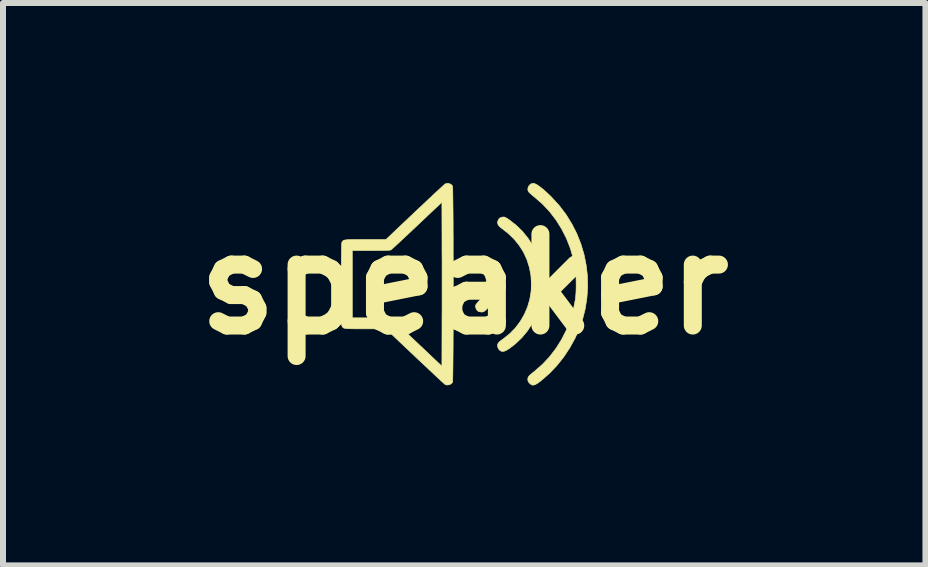
<source format=kicad_pcb>
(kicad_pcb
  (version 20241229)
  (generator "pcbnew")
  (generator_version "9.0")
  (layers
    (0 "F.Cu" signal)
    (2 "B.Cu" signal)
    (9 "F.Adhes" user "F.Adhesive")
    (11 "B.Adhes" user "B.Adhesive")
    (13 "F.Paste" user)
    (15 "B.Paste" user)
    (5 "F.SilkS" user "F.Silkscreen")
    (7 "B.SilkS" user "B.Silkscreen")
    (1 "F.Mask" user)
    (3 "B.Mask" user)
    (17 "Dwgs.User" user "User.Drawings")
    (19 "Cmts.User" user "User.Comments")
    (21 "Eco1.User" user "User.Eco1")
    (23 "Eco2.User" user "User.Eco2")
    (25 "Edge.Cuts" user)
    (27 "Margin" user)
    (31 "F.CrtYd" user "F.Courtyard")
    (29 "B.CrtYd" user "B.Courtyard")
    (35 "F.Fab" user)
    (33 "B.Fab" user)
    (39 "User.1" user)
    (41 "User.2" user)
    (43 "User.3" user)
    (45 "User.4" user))
  (footprint "speaker"
    (layer "F.Cu")
    (at 4.688 1.687)
    (property "Reference" "speaker" (at 0 0 0) (layer "F.SilkS") (effects (font (size 1.524 1.524) (thickness 0.3))))
    (attr through_hole)
    (fp_poly (pts (xy 0.305 -0.464) (xy 0.319 -0.46) (xy 0.334 -0.452) (xy 0.352 -0.437) (xy 0.378 -0.412) (xy 0.398 -0.392) (xy 0.462 -0.318) (xy 0.51 -0.241) (xy 0.542 -0.159) (xy 0.56 -0.071) (xy 0.563 -0.004) (xy 0.561 0.06) (xy 0.553 0.117) (xy 0.536 0.173) (xy 0.511 0.235) (xy 0.506 0.245) (xy 0.485 0.285) (xy 0.464 0.319) (xy 0.437 0.352) (xy 0.4 0.39) (xy 0.398 0.392) (xy 0.367 0.423) (xy 0.345 0.444) (xy 0.328 0.456) (xy 0.314 0.462) (xy 0.298 0.464) (xy 0.287 0.464) (xy 0.246 0.458) (xy 0.225 0.447) (xy 0.202 0.419) (xy 0.19 0.386) (xy 0.191 0.352) (xy 0.193 0.346) (xy 0.203 0.329) (xy 0.223 0.305) (xy 0.248 0.277) (xy 0.257 0.268) (xy 0.309 0.208) (xy 0.345 0.144) (xy 0.368 0.072) (xy 0.37 0.058) (xy 0.375 -0.02) (xy 0.363 -0.095) (xy 0.334 -0.167) (xy 0.289 -0.234) (xy 0.257 -0.268) (xy 0.222 -0.304) (xy 0.2 -0.333) (xy 0.19 -0.358) (xy 0.189 -0.382) (xy 0.193 -0.4) (xy 0.213 -0.435) (xy 0.243 -0.456) (xy 0.285 -0.464) (xy 0.287 -0.464) (xy 0.305 -0.464)) (stroke (width 0.01) (type solid)) (fill yes) (layer "F.SilkS"))
    (fp_poly (pts (xy 0.673 -1.118) (xy 0.692 -1.11) (xy 0.717 -1.095) (xy 0.747 -1.075) (xy 0.863 -0.985) (xy 0.968 -0.883) (xy 1.061 -0.77) (xy 1.14 -0.646) (xy 1.206 -0.513) (xy 1.257 -0.371) (xy 1.289 -0.241) (xy 1.302 -0.155) (xy 1.309 -0.059) (xy 1.309 0.041) (xy 1.304 0.139) (xy 1.292 0.227) (xy 1.289 0.241) (xy 1.252 0.388) (xy 1.199 0.528) (xy 1.132 0.66) (xy 1.052 0.782) (xy 0.958 0.894) (xy 0.853 0.994) (xy 0.749 1.074) (xy 0.703 1.102) (xy 0.666 1.118) (xy 0.635 1.121) (xy 0.608 1.113) (xy 0.593 1.103) (xy 0.572 1.079) (xy 0.559 1.048) (xy 0.555 1.017) (xy 0.557 1.005) (xy 0.564 0.988) (xy 0.576 0.971) (xy 0.596 0.952) (xy 0.626 0.929) (xy 0.657 0.907) (xy 0.762 0.823) (xy 0.855 0.727) (xy 0.935 0.62) (xy 1.002 0.504) (xy 1.055 0.381) (xy 1.093 0.251) (xy 1.115 0.117) (xy 1.121 0) (xy 1.112 -0.141) (xy 1.087 -0.277) (xy 1.046 -0.407) (xy 0.99 -0.53) (xy 0.918 -0.645) (xy 0.831 -0.752) (xy 0.73 -0.849) (xy 0.631 -0.926) (xy 0.59 -0.959) (xy 0.565 -0.99) (xy 0.556 -1.021) (xy 0.559 -1.05) (xy 0.576 -1.086) (xy 0.602 -1.108) (xy 0.639 -1.119) (xy 0.657 -1.12) (xy 0.673 -1.118)) (stroke (width 0.01) (type solid)) (fill yes) (layer "F.SilkS"))
    (fp_poly (pts (xy 1.178 -1.675) (xy 1.217 -1.655) (xy 1.264 -1.622) (xy 1.319 -1.578) (xy 1.381 -1.523) (xy 1.45 -1.457) (xy 1.459 -1.447) (xy 1.586 -1.308) (xy 1.698 -1.16) (xy 1.795 -1.003) (xy 1.878 -0.839) (xy 1.945 -0.67) (xy 1.997 -0.495) (xy 2.033 -0.316) (xy 2.054 -0.135) (xy 2.058 0.048) (xy 2.045 0.232) (xy 2.016 0.415) (xy 1.979 0.562) (xy 1.922 0.733) (xy 1.848 0.9) (xy 1.76 1.06) (xy 1.659 1.213) (xy 1.546 1.355) (xy 1.421 1.486) (xy 1.309 1.585) (xy 1.258 1.626) (xy 1.216 1.656) (xy 1.183 1.674) (xy 1.156 1.682) (xy 1.132 1.681) (xy 1.111 1.67) (xy 1.09 1.652) (xy 1.07 1.629) (xy 1.061 1.606) (xy 1.06 1.587) (xy 1.061 1.57) (xy 1.064 1.555) (xy 1.073 1.539) (xy 1.089 1.522) (xy 1.113 1.5) (xy 1.148 1.471) (xy 1.178 1.447) (xy 1.307 1.333) (xy 1.425 1.207) (xy 1.53 1.07) (xy 1.623 0.922) (xy 1.702 0.766) (xy 1.767 0.603) (xy 1.817 0.434) (xy 1.851 0.261) (xy 1.857 0.215) (xy 1.862 0.156) (xy 1.865 0.085) (xy 1.866 0.007) (xy 1.865 -0.072) (xy 1.862 -0.147) (xy 1.857 -0.214) (xy 1.852 -0.251) (xy 1.818 -0.428) (xy 1.768 -0.6) (xy 1.703 -0.765) (xy 1.623 -0.922) (xy 1.53 -1.071) (xy 1.424 -1.209) (xy 1.305 -1.336) (xy 1.178 -1.447) (xy 1.135 -1.482) (xy 1.104 -1.509) (xy 1.082 -1.53) (xy 1.069 -1.547) (xy 1.063 -1.563) (xy 1.06 -1.58) (xy 1.06 -1.588) (xy 1.068 -1.622) (xy 1.088 -1.652) (xy 1.116 -1.673) (xy 1.149 -1.682) (xy 1.15 -1.682) (xy 1.178 -1.675)) (stroke (width 0.01) (type solid)) (fill yes) (layer "F.SilkS"))
    (fp_poly (pts (xy -0.249 -1.677) (xy -0.217 -1.661) (xy -0.196 -1.637) (xy -0.194 -1.634) (xy -0.193 -1.622) (xy -0.192 -1.594) (xy -0.191 -1.551) (xy -0.19 -1.493) (xy -0.189 -1.422) (xy -0.188 -1.339) (xy -0.187 -1.244) (xy -0.186 -1.14) (xy -0.185 -1.026) (xy -0.185 -0.905) (xy -0.184 -0.777) (xy -0.184 -0.642) (xy -0.184 -0.504) (xy -0.183 -0.361) (xy -0.183 -0.216) (xy -0.183 -0.069) (xy -0.183 0.078) (xy -0.183 0.225) (xy -0.183 0.37) (xy -0.184 0.512) (xy -0.184 0.651) (xy -0.184 0.785) (xy -0.185 0.912) (xy -0.185 1.033) (xy -0.186 1.146) (xy -0.187 1.25) (xy -0.188 1.344) (xy -0.189 1.426) (xy -0.19 1.497) (xy -0.191 1.554) (xy -0.192 1.596) (xy -0.193 1.623) (xy -0.194 1.634) (xy -0.215 1.659) (xy -0.245 1.675) (xy -0.28 1.681) (xy -0.313 1.675) (xy -0.319 1.671) (xy -0.328 1.664) (xy -0.348 1.645) (xy -0.38 1.617) (xy -0.42 1.579) (xy -0.47 1.533) (xy -0.527 1.479) (xy -0.591 1.419) (xy -0.66 1.354) (xy -0.734 1.285) (xy -0.812 1.212) (xy -0.821 1.203) (xy -1.306 0.744) (xy -1.649 0.744) (xy -1.739 0.744) (xy -1.812 0.744) (xy -1.872 0.743) (xy -1.919 0.742) (xy -1.955 0.74) (xy -1.981 0.737) (xy -2.001 0.733) (xy -2.014 0.728) (xy -2.024 0.72) (xy -2.031 0.711) (xy -2.037 0.7) (xy -2.04 0.695) (xy -2.042 0.682) (xy -2.043 0.654) (xy -2.045 0.612) (xy -2.046 0.557) (xy -2.047 0.491) (xy -2.048 0.416) (xy -2.049 0.333) (xy -2.05 0.245) (xy -2.05 0.152) (xy -2.05 0.056) (xy -2.05 -0.04) (xy -2.05 -0.136) (xy -2.05 -0.229) (xy -2.049 -0.319) (xy -2.048 -0.403) (xy -2.047 -0.479) (xy -2.046 -0.547) (xy -2.046 -0.561) (xy -1.866 -0.561) (xy -1.866 0.561) (xy -1.552 0.561) (xy -1.462 0.561) (xy -1.387 0.562) (xy -1.328 0.563) (xy -1.283 0.564) (xy -1.251 0.566) (xy -1.23 0.569) (xy -1.221 0.572) (xy -1.211 0.58) (xy -1.19 0.598) (xy -1.159 0.627) (xy -1.118 0.665) (xy -1.069 0.71) (xy -1.012 0.763) (xy -0.95 0.821) (xy -0.883 0.884) (xy -0.812 0.951) (xy -0.787 0.975) (xy -0.372 1.367) (xy -0.37 0.683) (xy -0.37 0.551) (xy -0.369 0.404) (xy -0.369 0.248) (xy -0.369 0.086) (xy -0.369 -0.078) (xy -0.369 -0.24) (xy -0.369 -0.397) (xy -0.37 -0.543) (xy -0.37 -0.677) (xy -0.37 -0.683) (xy -0.372 -1.367) (xy -0.787 -0.975) (xy -0.859 -0.907) (xy -0.928 -0.842) (xy -0.992 -0.782) (xy -1.05 -0.728) (xy -1.102 -0.679) (xy -1.146 -0.639) (xy -1.181 -0.607) (xy -1.205 -0.585) (xy -1.219 -0.573) (xy -1.221 -0.572) (xy -1.232 -0.569) (xy -1.253 -0.566) (xy -1.286 -0.564) (xy -1.332 -0.563) (xy -1.393 -0.562) (xy -1.468 -0.561) (xy -1.552 -0.561) (xy -1.866 -0.561) (xy -2.046 -0.561) (xy -2.045 -0.603) (xy -2.044 -0.648) (xy -2.042 -0.679) (xy -2.04 -0.694) (xy -2.04 -0.695) (xy -2.033 -0.707) (xy -2.027 -0.717) (xy -2.019 -0.725) (xy -2.007 -0.731) (xy -1.991 -0.736) (xy -1.967 -0.739) (xy -1.936 -0.742) (xy -1.894 -0.743) (xy -1.84 -0.744) (xy -1.773 -0.744) (xy -1.69 -0.744) (xy -1.649 -0.744) (xy -1.305 -0.744) (xy -0.82 -1.204) (xy -0.742 -1.277) (xy -0.668 -1.347) (xy -0.598 -1.413) (xy -0.533 -1.473) (xy -0.475 -1.528) (xy -0.424 -1.575) (xy -0.382 -1.614) (xy -0.35 -1.643) (xy -0.328 -1.663) (xy -0.317 -1.672) (xy -0.317 -1.672) (xy -0.284 -1.681) (xy -0.249 -1.677)) (stroke (width 0.01) (type solid)) (fill yes) (layer "F.SilkS")))
  (gr_rect
    (start -3 -3)
    (end 12.376 6.374)
    (stroke (width 0.1) (type default))
    (fill no)
    (layer "Edge.Cuts")))
</source>
